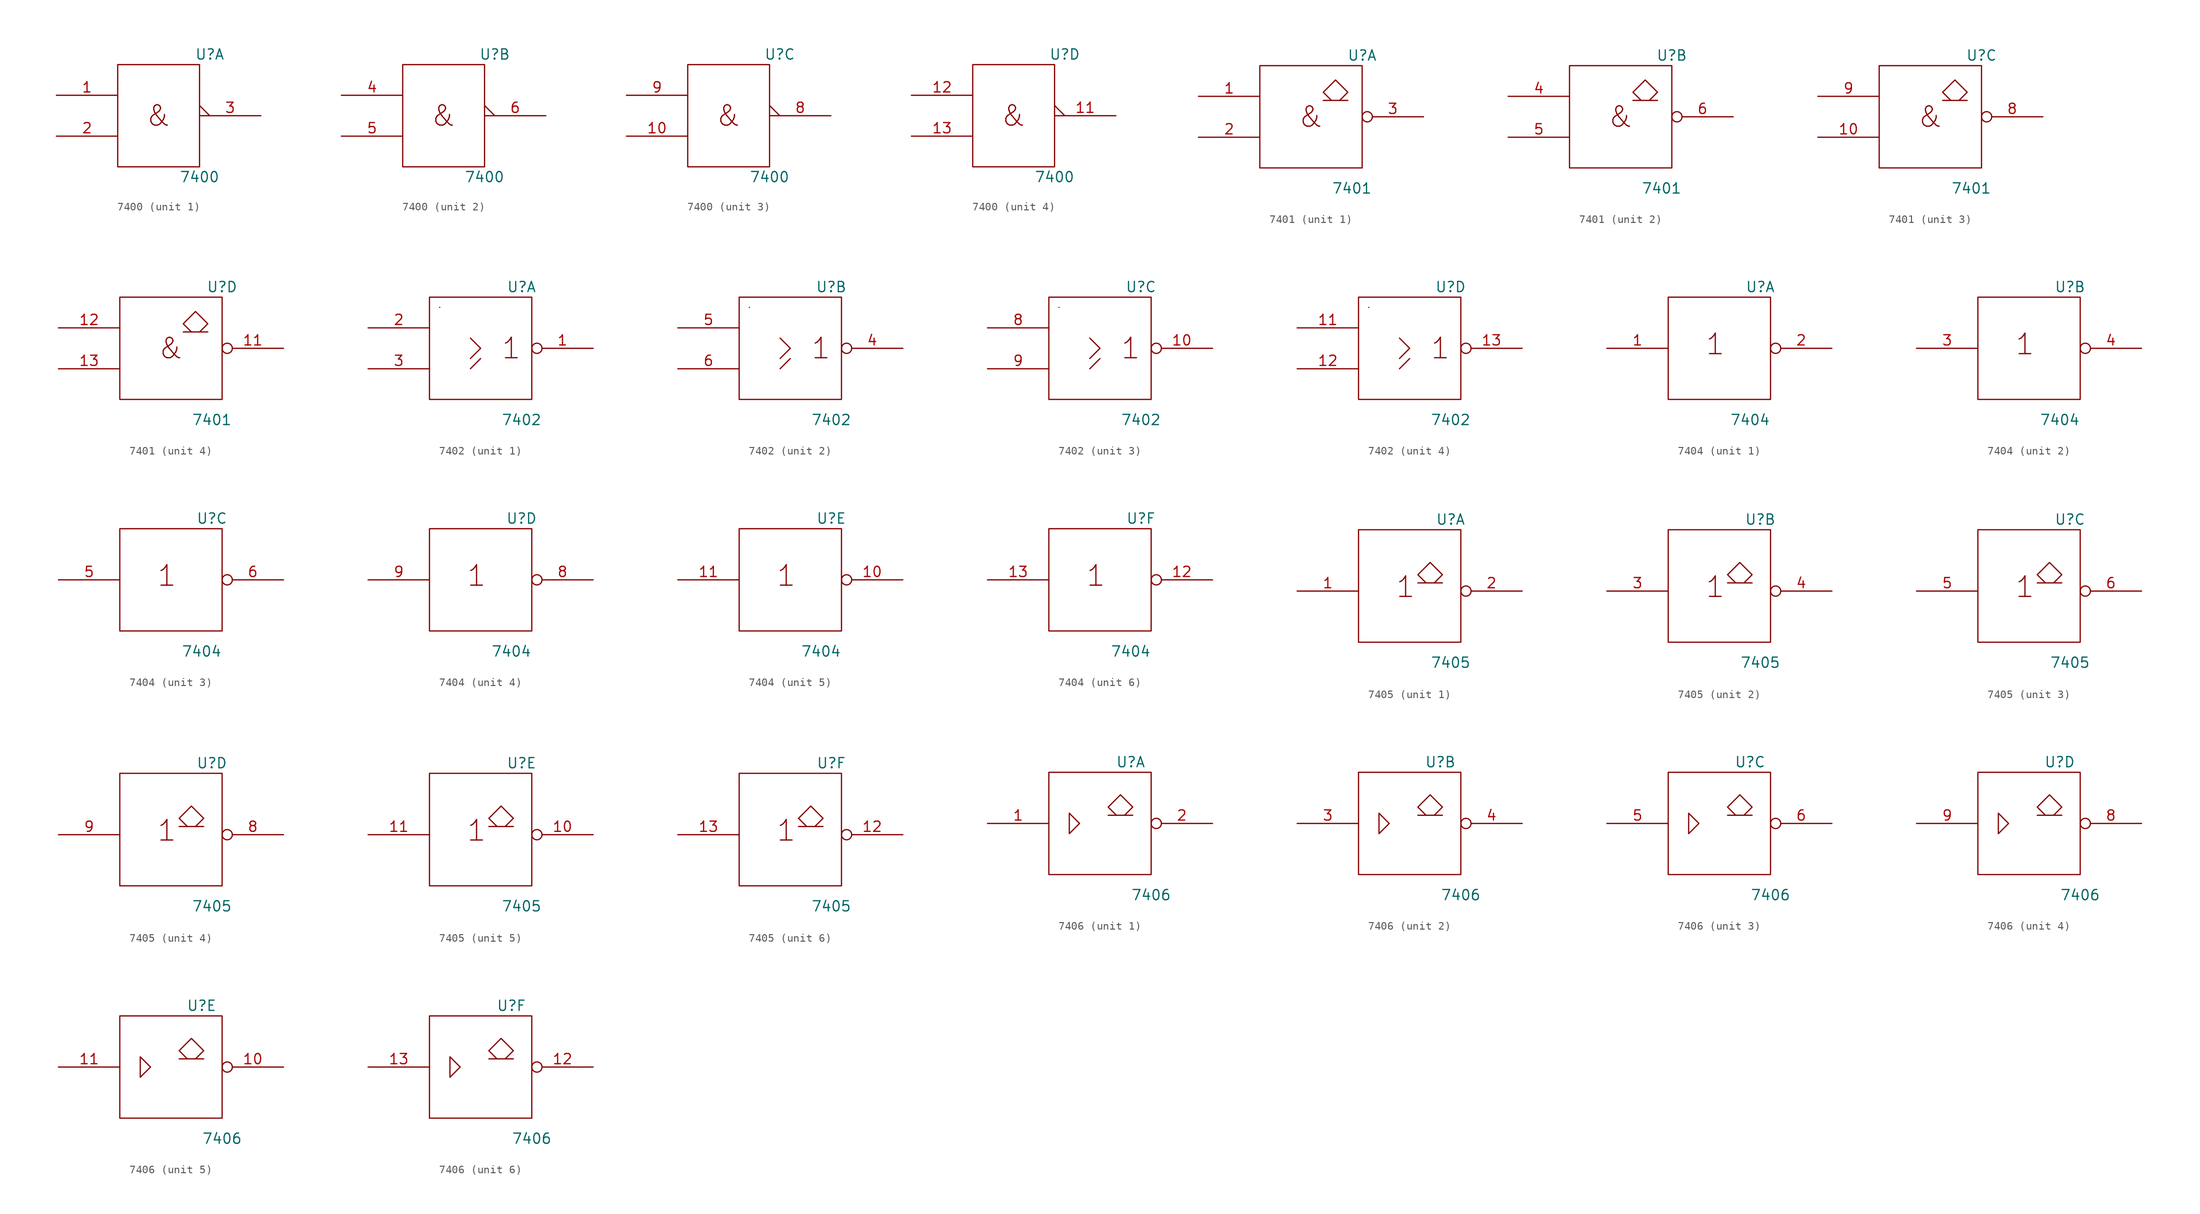
<source format=kicad_sym>
(kicad_symbol_lib
  (version 20231120)
  (generator "kicad_symbol_editor")
  (generator_version "8.0")
  (symbol "7400"
    (pin_names
      (offset 0.762))
    (property "Reference" "U"
      (at 6.35 7.62 0)
      (effects (font (size 1.27 1.27))))
    (property "Value" "7400"
      (at 5.08 -7.62 0)
      (effects (font (size 1.27 1.27))))
    (symbol "7400_0_0"
      (text "&" (at 0 0 0) (effects (font (size 2.54 2.54)))))
    (symbol "7400_0_1"
      (rectangle (start -5.08 6.35) (end 5.08 -6.35) (stroke (width 0) (type default)) (fill (type none)))
      (pin power_in line (at 0 6.35 270) (length 0) hide (name "Vcc" (effects (font (size 1.27 1.27)))) (number "14" (effects (font (size 1.27 1.27)))))
      (pin power_in line (at 0 -6.35 90) (length 0) hide (name "GND" (effects (font (size 1.27 1.27)))) (number "7" (effects (font (size 1.27 1.27))))))
    (symbol "7400_1_1"
      (pin input line (at -12.7 2.54 0) (length 7.62) (name "~" (effects (font (size 1.27 1.27)))) (number "1" (effects (font (size 1.27 1.27)))))
      (pin input line (at -12.7 -2.54 0) (length 7.62) (name "~" (effects (font (size 1.27 1.27)))) (number "2" (effects (font (size 1.27 1.27)))))
      (pin output output_low (at 12.7 0 180) (length 7.62) (name "~" (effects (font (size 1.27 1.27)))) (number "3" (effects (font (size 1.27 1.27))))))
    (symbol "7400_2_1"
      (pin input line (at -12.7 2.54 0) (length 7.62) (name "~" (effects (font (size 1.27 1.27)))) (number "4" (effects (font (size 1.27 1.27)))))
      (pin input line (at -12.7 -2.54 0) (length 7.62) (name "~" (effects (font (size 1.27 1.27)))) (number "5" (effects (font (size 1.27 1.27)))))
      (pin output output_low (at 12.7 0 180) (length 7.62) (name "~" (effects (font (size 1.27 1.27)))) (number "6" (effects (font (size 1.27 1.27))))))
    (symbol "7400_3_1"
      (pin input line (at -12.7 -2.54 0) (length 7.62) (name "~" (effects (font (size 1.27 1.27)))) (number "10" (effects (font (size 1.27 1.27)))))
      (pin output output_low (at 12.7 0 180) (length 7.62) (name "~" (effects (font (size 1.27 1.27)))) (number "8" (effects (font (size 1.27 1.27)))))
      (pin input line (at -12.7 2.54 0) (length 7.62) (name "~" (effects (font (size 1.27 1.27)))) (number "9" (effects (font (size 1.27 1.27))))))
    (symbol "7400_4_1"
      (pin output output_low (at 12.7 0 180) (length 7.62) (name "~" (effects (font (size 1.27 1.27)))) (number "11" (effects (font (size 1.27 1.27)))))
      (pin input line (at -12.7 2.54 0) (length 7.62) (name "~" (effects (font (size 1.27 1.27)))) (number "12" (effects (font (size 1.27 1.27)))))
      (pin input line (at -12.7 -2.54 0) (length 7.62) (name "~" (effects (font (size 1.27 1.27)))) (number "13" (effects (font (size 1.27 1.27)))))))
  (symbol "7401"
    (pin_names
      (offset 0.762))
    (property "Reference" "U"
      (at 6.35 7.62 0)
      (effects (font (size 1.27 1.27))))
    (property "Value" "7401"
      (at 5.08 -8.89 0)
      (effects (font (size 1.27 1.27))))
    (symbol "7401_0_0"
      (polyline (pts (xy 2.54 2.032) (xy 1.524 3.048) (xy 3.048 4.572) (xy 4.572 3.048) (xy 3.556 2.032) (xy 4.572 2.032) (xy 1.524 2.032) (xy 1.524 2.032)) (stroke (width 0) (type default)) (fill (type none)))
      (text "&" (at 0 0 0) (effects (font (size 2.54 2.54)))))
    (symbol "7401_0_1"
      (rectangle (start -6.35 6.35) (end 6.35 -6.35) (stroke (width 0) (type default)) (fill (type none)))
      (pin power_in line (at 0 6.35 270) (length 0) hide (name "Vcc" (effects (font (size 1.27 1.27)))) (number "14" (effects (font (size 1.27 1.27)))))
      (pin power_in line (at 0 -6.35 90) (length 0) hide (name "GND" (effects (font (size 1.27 1.27)))) (number "7" (effects (font (size 1.27 1.27))))))
    (symbol "7401_1_1"
      (pin input line (at -13.97 2.54 0) (length 7.62) (name "~" (effects (font (size 1.27 1.27)))) (number "1" (effects (font (size 1.27 1.27)))))
      (pin input line (at -13.97 -2.54 0) (length 7.62) (name "~" (effects (font (size 1.27 1.27)))) (number "2" (effects (font (size 1.27 1.27)))))
      (pin open_collector inverted (at 13.97 0 180) (length 7.62) (name "~" (effects (font (size 1.27 1.27)))) (number "3" (effects (font (size 1.27 1.27))))))
    (symbol "7401_2_1"
      (pin input line (at -13.97 2.54 0) (length 7.62) (name "~" (effects (font (size 1.27 1.27)))) (number "4" (effects (font (size 1.27 1.27)))))
      (pin input line (at -13.97 -2.54 0) (length 7.62) (name "~" (effects (font (size 1.27 1.27)))) (number "5" (effects (font (size 1.27 1.27)))))
      (pin open_collector inverted (at 13.97 0 180) (length 7.62) (name "~" (effects (font (size 1.27 1.27)))) (number "6" (effects (font (size 1.27 1.27))))))
    (symbol "7401_3_1"
      (pin input line (at -13.97 -2.54 0) (length 7.62) (name "~" (effects (font (size 1.27 1.27)))) (number "10" (effects (font (size 1.27 1.27)))))
      (pin open_collector inverted (at 13.97 0 180) (length 7.62) (name "~" (effects (font (size 1.27 1.27)))) (number "8" (effects (font (size 1.27 1.27)))))
      (pin input line (at -13.97 2.54 0) (length 7.62) (name "~" (effects (font (size 1.27 1.27)))) (number "9" (effects (font (size 1.27 1.27))))))
    (symbol "7401_4_1"
      (pin open_collector inverted (at 13.97 0 180) (length 7.62) (name "~" (effects (font (size 1.27 1.27)))) (number "11" (effects (font (size 1.27 1.27)))))
      (pin input line (at -13.97 2.54 0) (length 7.62) (name "~" (effects (font (size 1.27 1.27)))) (number "12" (effects (font (size 1.27 1.27)))))
      (pin input line (at -13.97 -2.54 0) (length 7.62) (name "~" (effects (font (size 1.27 1.27)))) (number "13" (effects (font (size 1.27 1.27)))))))
  (symbol "7402"
    (pin_names
      (offset 0.762))
    (property "Reference" "U"
      (at 5.08 7.62 0)
      (effects (font (size 1.27 1.27))))
    (property "Value" "7402"
      (at 5.08 -8.89 0)
      (effects (font (size 1.27 1.27))))
    (symbol "7402_0_0"
      (rectangle (start -5.08 5.08) (end -5.08 5.08) (stroke (width 0) (type default)) (fill (type none)))
      (polyline (pts (xy -1.27 -2.54) (xy 0 -1.27) (xy 0 -1.27)) (stroke (width 0) (type default)) (fill (type none)))
      (polyline (pts (xy -1.27 1.27) (xy 0 0) (xy -1.27 -1.27) (xy -1.27 -1.27)) (stroke (width 0) (type default)) (fill (type none)))
      (text "1" (at 3.81 0 0) (effects (font (size 2.54 2.54)))))
    (symbol "7402_0_1"
      (rectangle (start -6.35 6.35) (end 6.35 -6.35) (stroke (width 0) (type default)) (fill (type none)))
      (pin power_in line (at 0 6.35 270) (length 0) hide (name "VCC" (effects (font (size 1.27 1.27)))) (number "14" (effects (font (size 1.27 1.27)))))
      (pin power_in line (at 0 -6.35 90) (length 0) hide (name "GND" (effects (font (size 1.27 1.27)))) (number "7" (effects (font (size 1.27 1.27))))))
    (symbol "7402_1_1"
      (pin output inverted (at 13.97 0 180) (length 7.62) (name "~" (effects (font (size 1.27 1.27)))) (number "1" (effects (font (size 1.27 1.27)))))
      (pin input line (at -13.97 2.54 0) (length 7.62) (name "~" (effects (font (size 1.27 1.27)))) (number "2" (effects (font (size 1.27 1.27)))))
      (pin input line (at -13.97 -2.54 0) (length 7.62) (name "~" (effects (font (size 1.27 1.27)))) (number "3" (effects (font (size 1.27 1.27))))))
    (symbol "7402_2_1"
      (pin output inverted (at 13.97 0 180) (length 7.62) (name "~" (effects (font (size 1.27 1.27)))) (number "4" (effects (font (size 1.27 1.27)))))
      (pin input line (at -13.97 2.54 0) (length 7.62) (name "~" (effects (font (size 1.27 1.27)))) (number "5" (effects (font (size 1.27 1.27)))))
      (pin input line (at -13.97 -2.54 0) (length 7.62) (name "~" (effects (font (size 1.27 1.27)))) (number "6" (effects (font (size 1.27 1.27))))))
    (symbol "7402_3_1"
      (pin output inverted (at 13.97 0 180) (length 7.62) (name "~" (effects (font (size 1.27 1.27)))) (number "10" (effects (font (size 1.27 1.27)))))
      (pin input line (at -13.97 2.54 0) (length 7.62) (name "~" (effects (font (size 1.27 1.27)))) (number "8" (effects (font (size 1.27 1.27)))))
      (pin input line (at -13.97 -2.54 0) (length 7.62) (name "~" (effects (font (size 1.27 1.27)))) (number "9" (effects (font (size 1.27 1.27))))))
    (symbol "7402_4_1"
      (pin input line (at -13.97 2.54 0) (length 7.62) (name "~" (effects (font (size 1.27 1.27)))) (number "11" (effects (font (size 1.27 1.27)))))
      (pin input line (at -13.97 -2.54 0) (length 7.62) (name "~" (effects (font (size 1.27 1.27)))) (number "12" (effects (font (size 1.27 1.27)))))
      (pin output inverted (at 13.97 0 180) (length 7.62) (name "~" (effects (font (size 1.27 1.27)))) (number "13" (effects (font (size 1.27 1.27)))))))
  (symbol "7404"
    (pin_names
      (offset 0.762))
    (property "Reference" "U"
      (at 5.08 7.62 0)
      (effects (font (size 1.27 1.27))))
    (property "Value" "7404"
      (at 3.81 -8.89 0)
      (effects (font (size 1.27 1.27))))
    (symbol "7404_0_0"
      (text "1" (at -0.508 0.508 0) (effects (font (size 2.54 2.54)))))
    (symbol "7404_0_1"
      (rectangle (start -6.35 6.35) (end 6.35 -6.35) (stroke (width 0) (type default)) (fill (type none)))
      (pin power_in line (at 0 6.35 270) (length 0) hide (name "Vcc" (effects (font (size 1.27 1.27)))) (number "14" (effects (font (size 1.27 1.27)))))
      (pin power_in line (at 0 -6.35 90) (length 0) hide (name "Gnd" (effects (font (size 1.27 1.27)))) (number "7" (effects (font (size 1.27 1.27))))))
    (symbol "7404_1_1"
      (pin input line (at -13.97 0 0) (length 7.62) (name "~" (effects (font (size 1.27 1.27)))) (number "1" (effects (font (size 1.27 1.27)))))
      (pin input inverted (at 13.97 0 180) (length 7.62) (name "~" (effects (font (size 1.27 1.27)))) (number "2" (effects (font (size 1.27 1.27))))))
    (symbol "7404_2_1"
      (pin input line (at -13.97 0 0) (length 7.62) (name "~" (effects (font (size 1.27 1.27)))) (number "3" (effects (font (size 1.27 1.27)))))
      (pin input inverted (at 13.97 0 180) (length 7.62) (name "~" (effects (font (size 1.27 1.27)))) (number "4" (effects (font (size 1.27 1.27))))))
    (symbol "7404_3_1"
      (pin input line (at -13.97 0 0) (length 7.62) (name "~" (effects (font (size 1.27 1.27)))) (number "5" (effects (font (size 1.27 1.27)))))
      (pin input inverted (at 13.97 0 180) (length 7.62) (name "~" (effects (font (size 1.27 1.27)))) (number "6" (effects (font (size 1.27 1.27))))))
    (symbol "7404_4_1"
      (pin input inverted (at 13.97 0 180) (length 7.62) (name "~" (effects (font (size 1.27 1.27)))) (number "8" (effects (font (size 1.27 1.27)))))
      (pin input line (at -13.97 0 0) (length 7.62) (name "~" (effects (font (size 1.27 1.27)))) (number "9" (effects (font (size 1.27 1.27))))))
    (symbol "7404_5_1"
      (pin input inverted (at 13.97 0 180) (length 7.62) (name "~" (effects (font (size 1.27 1.27)))) (number "10" (effects (font (size 1.27 1.27)))))
      (pin input line (at -13.97 0 0) (length 7.62) (name "~" (effects (font (size 1.27 1.27)))) (number "11" (effects (font (size 1.27 1.27))))))
    (symbol "7404_6_1"
      (pin input inverted (at 13.97 0 180) (length 7.62) (name "~" (effects (font (size 1.27 1.27)))) (number "12" (effects (font (size 1.27 1.27)))))
      (pin input line (at -13.97 0 0) (length 7.62) (name "~" (effects (font (size 1.27 1.27)))) (number "13" (effects (font (size 1.27 1.27)))))))
  (symbol "7405"
    (pin_names
      (offset 0.762))
    (property "Reference" "U"
      (at 5.08 8.89 0)
      (effects (font (size 1.27 1.27))))
    (property "Value" "7405"
      (at 5.08 -8.89 0)
      (effects (font (size 1.27 1.27))))
    (symbol "7405_0_0"
      (text "1" (at -0.508 0.508 0) (effects (font (size 2.54 2.54)))))
    (symbol "7405_0_1"
      (rectangle (start -6.35 7.62) (end 6.35 -6.35) (stroke (width 0) (type default)) (fill (type none)))
      (polyline (pts (xy 3.048 1.016) (xy 4.064 2.032) (xy 2.54 3.556) (xy 1.016 2.032) (xy 2.032 1.016) (xy 1.016 1.016) (xy 4.064 1.016) (xy 4.064 1.016)) (stroke (width 0) (type default)) (fill (type none)))
      (pin input line (at 0 7.62 270) (length 0) hide (name "Vcc" (effects (font (size 1.27 1.27)))) (number "14" (effects (font (size 1.27 1.27)))))
      (pin input line (at 0 -6.35 90) (length 0) hide (name "Gnd" (effects (font (size 1.27 1.27)))) (number "7" (effects (font (size 1.27 1.27))))))
    (symbol "7405_1_1"
      (pin input line (at -13.97 0 0) (length 7.62) (name "~" (effects (font (size 1.27 1.27)))) (number "1" (effects (font (size 1.27 1.27)))))
      (pin open_collector inverted (at 13.97 0 180) (length 7.62) (name "~" (effects (font (size 1.27 1.27)))) (number "2" (effects (font (size 1.27 1.27))))))
    (symbol "7405_2_1"
      (pin input line (at -13.97 0 0) (length 7.62) (name "~" (effects (font (size 1.27 1.27)))) (number "3" (effects (font (size 1.27 1.27)))))
      (pin open_collector inverted (at 13.97 0 180) (length 7.62) (name "~" (effects (font (size 1.27 1.27)))) (number "4" (effects (font (size 1.27 1.27))))))
    (symbol "7405_3_1"
      (pin input line (at -13.97 0 0) (length 7.62) (name "~" (effects (font (size 1.27 1.27)))) (number "5" (effects (font (size 1.27 1.27)))))
      (pin open_collector inverted (at 13.97 0 180) (length 7.62) (name "~" (effects (font (size 1.27 1.27)))) (number "6" (effects (font (size 1.27 1.27))))))
    (symbol "7405_4_1"
      (pin open_collector inverted (at 13.97 0 180) (length 7.62) (name "~" (effects (font (size 1.27 1.27)))) (number "8" (effects (font (size 1.27 1.27)))))
      (pin input line (at -13.97 0 0) (length 7.62) (name "~" (effects (font (size 1.27 1.27)))) (number "9" (effects (font (size 1.27 1.27))))))
    (symbol "7405_5_1"
      (pin open_collector inverted (at 13.97 0 180) (length 7.62) (name "~" (effects (font (size 1.27 1.27)))) (number "10" (effects (font (size 1.27 1.27)))))
      (pin input line (at -13.97 0 0) (length 7.62) (name "~" (effects (font (size 1.27 1.27)))) (number "11" (effects (font (size 1.27 1.27))))))
    (symbol "7405_6_1"
      (pin open_collector inverted (at 13.97 0 180) (length 7.62) (name "~" (effects (font (size 1.27 1.27)))) (number "12" (effects (font (size 1.27 1.27)))))
      (pin input line (at -13.97 0 0) (length 7.62) (name "~" (effects (font (size 1.27 1.27)))) (number "13" (effects (font (size 1.27 1.27)))))))
  (symbol "7406"
    (pin_names
      (offset 0.762))
    (property "Reference" "U"
      (at 3.81 7.62 0)
      (effects (font (size 1.27 1.27))))
    (property "Value" "7406"
      (at 6.35 -8.89 0)
      (effects (font (size 1.27 1.27))))
    (symbol "7406_0_0"
      (polyline (pts (xy -3.81 1.27) (xy -3.81 -1.27) (xy -2.54 0) (xy -3.81 1.27) (xy -3.81 1.27)) (stroke (width 0) (type default)) (fill (type none)))
      (polyline (pts (xy 3.048 1.016) (xy 4.064 2.032) (xy 2.54 3.556) (xy 1.016 2.032) (xy 2.032 1.016) (xy 1.016 1.016) (xy 4.064 1.016) (xy 4.064 1.016)) (stroke (width 0) (type default)) (fill (type none))))
    (symbol "7406_0_1"
      (rectangle (start -6.35 6.35) (end 6.35 -6.35) (stroke (width 0) (type default)) (fill (type none)))
      (pin power_in line (at 0 6.35 270) (length 0) hide (name "Vcc" (effects (font (size 1.27 1.27)))) (number "14" (effects (font (size 1.27 1.27)))))
      (pin power_in line (at 0 -6.35 90) (length 0) hide (name "Gnd" (effects (font (size 1.27 1.27)))) (number "7" (effects (font (size 1.27 1.27))))))
    (symbol "7406_1_1"
      (pin input line (at -13.97 0 0) (length 7.62) (name "~" (effects (font (size 1.27 1.27)))) (number "1" (effects (font (size 1.27 1.27)))))
      (pin open_collector inverted (at 13.97 0 180) (length 7.62) (name "~" (effects (font (size 1.27 1.27)))) (number "2" (effects (font (size 1.27 1.27))))))
    (symbol "7406_2_1"
      (pin input line (at -13.97 0 0) (length 7.62) (name "~" (effects (font (size 1.27 1.27)))) (number "3" (effects (font (size 1.27 1.27)))))
      (pin open_collector inverted (at 13.97 0 180) (length 7.62) (name "~" (effects (font (size 1.27 1.27)))) (number "4" (effects (font (size 1.27 1.27))))))
    (symbol "7406_3_1"
      (pin input line (at -13.97 0 0) (length 7.62) (name "~" (effects (font (size 1.27 1.27)))) (number "5" (effects (font (size 1.27 1.27)))))
      (pin open_collector inverted (at 13.97 0 180) (length 7.62) (name "~" (effects (font (size 1.27 1.27)))) (number "6" (effects (font (size 1.27 1.27))))))
    (symbol "7406_4_1"
      (pin open_collector inverted (at 13.97 0 180) (length 7.62) (name "~" (effects (font (size 1.27 1.27)))) (number "8" (effects (font (size 1.27 1.27)))))
      (pin input line (at -13.97 0 0) (length 7.62) (name "~" (effects (font (size 1.27 1.27)))) (number "9" (effects (font (size 1.27 1.27))))))
    (symbol "7406_5_1"
      (pin open_collector inverted (at 13.97 0 180) (length 7.62) (name "~" (effects (font (size 1.27 1.27)))) (number "10" (effects (font (size 1.27 1.27)))))
      (pin input line (at -13.97 0 0) (length 7.62) (name "~" (effects (font (size 1.27 1.27)))) (number "11" (effects (font (size 1.27 1.27))))))
    (symbol "7406_6_1"
      (pin open_collector inverted (at 13.97 0 180) (length 7.62) (name "~" (effects (font (size 1.27 1.27)))) (number "12" (effects (font (size 1.27 1.27)))))
      (pin input line (at -13.97 0 0) (length 7.62) (name "~" (effects (font (size 1.27 1.27)))) (number "13" (effects (font (size 1.27 1.27))))))))
</source>
